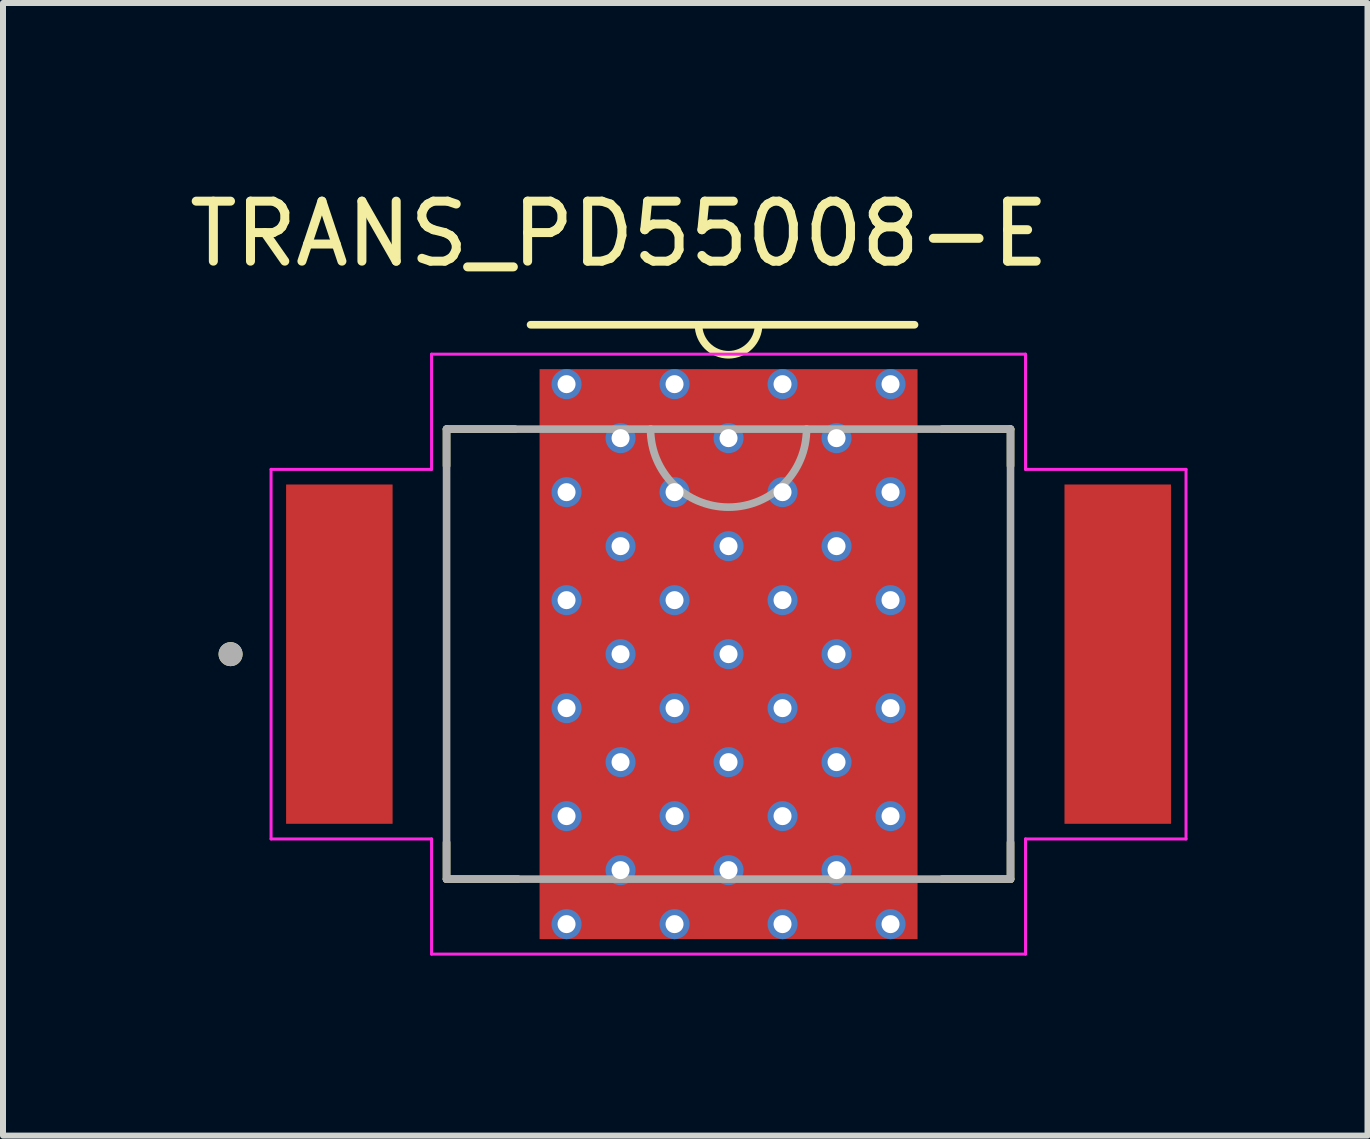
<source format=kicad_pcb>
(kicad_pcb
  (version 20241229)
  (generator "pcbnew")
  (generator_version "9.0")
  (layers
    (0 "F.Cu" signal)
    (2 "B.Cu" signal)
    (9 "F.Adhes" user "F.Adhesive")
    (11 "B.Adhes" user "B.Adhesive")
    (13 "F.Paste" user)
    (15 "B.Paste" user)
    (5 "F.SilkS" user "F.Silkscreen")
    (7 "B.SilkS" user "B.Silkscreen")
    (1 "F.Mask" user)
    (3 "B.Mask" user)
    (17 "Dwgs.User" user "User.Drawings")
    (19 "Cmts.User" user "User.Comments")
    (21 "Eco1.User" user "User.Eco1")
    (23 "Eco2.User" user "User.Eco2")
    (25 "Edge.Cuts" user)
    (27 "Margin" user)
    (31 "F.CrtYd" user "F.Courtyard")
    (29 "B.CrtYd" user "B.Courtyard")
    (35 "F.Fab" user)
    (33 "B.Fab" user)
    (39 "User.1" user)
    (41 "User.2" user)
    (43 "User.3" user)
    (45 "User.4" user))
  (footprint "TRANS_PD55008-E"
    (layer "F.Cu")
    (at 9.093 7.853)
    (property "Reference" "TRANS_PD55008-E" (at -1.825 -7.005 0) (layer "F.SilkS") (effects (font (size 1 1) (thickness 0.15))))
    (attr through_hole)
    (fp_line (start -4.7 -3.75) (end -4.7 -3.14) (stroke (width 0.127) (type solid)) (layer "F.SilkS"))
    (fp_line (start -4.7 3.14) (end -4.7 3.75) (stroke (width 0.127) (type solid)) (layer "F.SilkS"))
    (fp_line (start -3.56 -3.75) (end -4.7 -3.75) (stroke (width 0.127) (type solid)) (layer "F.SilkS"))
    (fp_line (start -3.51 3.75) (end -4.7 3.75) (stroke (width 0.127) (type solid)) (layer "F.SilkS"))
    (fp_line (start -3.3 -5.49) (end 3.1 -5.49) (stroke (width 0.127) (type solid)) (layer "F.SilkS"))
    (fp_line (start 4.7 -3.75) (end 3.56 -3.75) (stroke (width 0.127) (type solid)) (layer "F.SilkS"))
    (fp_line (start 4.7 -3.75) (end 4.7 -3.14) (stroke (width 0.127) (type solid)) (layer "F.SilkS"))
    (fp_line (start 4.7 3.14) (end 4.7 3.75) (stroke (width 0.127) (type solid)) (layer "F.SilkS"))
    (fp_line (start 4.7 3.75) (end 3.56 3.75) (stroke (width 0.127) (type solid)) (layer "F.SilkS"))
    (fp_arc (start 0.5 -5.49) (mid 0 -4.99) (end -0.5 -5.49) (stroke (width 0.127) (type solid)) (layer "F.SilkS"))
    (fp_circle (center -8.3 0) (end -8.2 0) (stroke (width 0.2) (type solid)) (fill no) (layer "F.SilkS"))
    (fp_line (start -7.625 -3.08) (end -4.95 -3.08) (stroke (width 0.05) (type solid)) (layer "F.CrtYd"))
    (fp_line (start -7.625 3.08) (end -7.625 -3.08) (stroke (width 0.05) (type solid)) (layer "F.CrtYd"))
    (fp_line (start -4.95 -5) (end 4.95 -5) (stroke (width 0.05) (type solid)) (layer "F.CrtYd"))
    (fp_line (start -4.95 -3.08) (end -4.95 -5) (stroke (width 0.05) (type solid)) (layer "F.CrtYd"))
    (fp_line (start -4.95 3.08) (end -7.625 3.08) (stroke (width 0.05) (type solid)) (layer "F.CrtYd"))
    (fp_line (start -4.95 5) (end -4.95 3.08) (stroke (width 0.05) (type solid)) (layer "F.CrtYd"))
    (fp_line (start 4.95 -5) (end 4.95 -3.08) (stroke (width 0.05) (type solid)) (layer "F.CrtYd"))
    (fp_line (start 4.95 -3.08) (end 7.625 -3.08) (stroke (width 0.05) (type solid)) (layer "F.CrtYd"))
    (fp_line (start 4.95 3.08) (end 4.95 5) (stroke (width 0.05) (type solid)) (layer "F.CrtYd"))
    (fp_line (start 4.95 5) (end -4.95 5) (stroke (width 0.05) (type solid)) (layer "F.CrtYd"))
    (fp_line (start 7.625 3.08) (end 4.95 3.08) (stroke (width 0.05) (type solid)) (layer "F.CrtYd"))
    (fp_line (start 7.625 3.08) (end 7.625 -3.08) (stroke (width 0.05) (type solid)) (layer "F.CrtYd"))
    (fp_line (start -4.7 -3.75) (end -1.3 -3.75) (stroke (width 0.127) (type solid)) (layer "F.Fab"))
    (fp_line (start -4.7 3.75) (end -4.7 -3.75) (stroke (width 0.127) (type solid)) (layer "F.Fab"))
    (fp_line (start -1.3 -3.75) (end 1.3 -3.75) (stroke (width 0.127) (type solid)) (layer "F.Fab"))
    (fp_line (start 1.3 -3.75) (end 4.7 -3.75) (stroke (width 0.127) (type solid)) (layer "F.Fab"))
    (fp_line (start 4.7 -3.75) (end 4.7 3.75) (stroke (width 0.127) (type solid)) (layer "F.Fab"))
    (fp_line (start 4.7 3.75) (end -4.7 3.75) (stroke (width 0.127) (type solid)) (layer "F.Fab"))
    (fp_arc (start 1.3 -3.75) (mid 0 -2.45) (end -1.3 -3.75) (stroke (width 0.127) (type solid)) (layer "F.Fab"))
    (fp_circle (center -8.3 0) (end -8.2 0) (stroke (width 0.2) (type solid)) (fill no) (layer "F.Fab"))
    (pad "1" smd rect (at -6.487 0 90) (size 5.655 1.775) (layers "F.Cu" "F.Mask" "F.Paste"))
    (pad "2" smd rect (at 6.487 0 90) (size 5.655 1.775) (layers "F.Cu" "F.Mask" "F.Paste"))
    (pad "3" thru_hole circle (at -2.7 -4.5) (size 0.5 0.5) (drill 0.3) (layers "*.Cu" "*.Mask"))
    (pad "3" thru_hole circle (at -2.7 -2.7) (size 0.5 0.5) (drill 0.3) (layers "*.Cu" "*.Mask"))
    (pad "3" thru_hole circle (at -2.7 -0.9) (size 0.5 0.5) (drill 0.3) (layers "*.Cu" "*.Mask"))
    (pad "3" thru_hole circle (at -2.7 0.9) (size 0.5 0.5) (drill 0.3) (layers "*.Cu" "*.Mask"))
    (pad "3" thru_hole circle (at -2.7 2.7) (size 0.5 0.5) (drill 0.3) (layers "*.Cu" "*.Mask"))
    (pad "3" thru_hole circle (at -2.7 4.5) (size 0.5 0.5) (drill 0.3) (layers "*.Cu" "*.Mask"))
    (pad "3" thru_hole circle (at -1.8 -3.6) (size 0.5 0.5) (drill 0.3) (layers "*.Cu" "*.Mask"))
    (pad "3" thru_hole circle (at -1.8 -1.8) (size 0.5 0.5) (drill 0.3) (layers "*.Cu" "*.Mask"))
    (pad "3" thru_hole circle (at -1.8 0) (size 0.5 0.5) (drill 0.3) (layers "*.Cu" "*.Mask"))
    (pad "3" thru_hole circle (at -1.8 1.8) (size 0.5 0.5) (drill 0.3) (layers "*.Cu" "*.Mask"))
    (pad "3" thru_hole circle (at -1.8 3.6) (size 0.5 0.5) (drill 0.3) (layers "*.Cu" "*.Mask"))
    (pad "3" thru_hole circle (at -0.9 -4.5) (size 0.5 0.5) (drill 0.3) (layers "*.Cu" "*.Mask"))
    (pad "3" thru_hole circle (at -0.9 -2.7) (size 0.5 0.5) (drill 0.3) (layers "*.Cu" "*.Mask"))
    (pad "3" thru_hole circle (at -0.9 -0.9) (size 0.5 0.5) (drill 0.3) (layers "*.Cu" "*.Mask"))
    (pad "3" thru_hole circle (at -0.9 0.9) (size 0.5 0.5) (drill 0.3) (layers "*.Cu" "*.Mask"))
    (pad "3" thru_hole circle (at -0.9 2.7) (size 0.5 0.5) (drill 0.3) (layers "*.Cu" "*.Mask"))
    (pad "3" thru_hole circle (at -0.9 4.5) (size 0.5 0.5) (drill 0.3) (layers "*.Cu" "*.Mask"))
    (pad "3" thru_hole circle (at 0 -3.6) (size 0.5 0.5) (drill 0.3) (layers "*.Cu" "*.Mask"))
    (pad "3" thru_hole circle (at 0 -1.8) (size 0.5 0.5) (drill 0.3) (layers "*.Cu" "*.Mask"))
    (pad "3" thru_hole circle (at 0 0) (size 0.5 0.5) (drill 0.3) (layers "*.Cu" "*.Mask"))
    (pad "3" smd rect (at 0 0 90) (size 9.5 6.3) (layers "F.Cu" "F.Mask"))
    (pad "3" thru_hole circle (at 0 1.8) (size 0.5 0.5) (drill 0.3) (layers "*.Cu" "*.Mask"))
    (pad "3" thru_hole circle (at 0 3.6) (size 0.5 0.5) (drill 0.3) (layers "*.Cu" "*.Mask"))
    (pad "3" thru_hole circle (at 0.9 -4.5) (size 0.5 0.5) (drill 0.3) (layers "*.Cu" "*.Mask"))
    (pad "3" thru_hole circle (at 0.9 -2.7) (size 0.5 0.5) (drill 0.3) (layers "*.Cu" "*.Mask"))
    (pad "3" thru_hole circle (at 0.9 -0.9) (size 0.5 0.5) (drill 0.3) (layers "*.Cu" "*.Mask"))
    (pad "3" thru_hole circle (at 0.9 0.9) (size 0.5 0.5) (drill 0.3) (layers "*.Cu" "*.Mask"))
    (pad "3" thru_hole circle (at 0.9 2.7) (size 0.5 0.5) (drill 0.3) (layers "*.Cu" "*.Mask"))
    (pad "3" thru_hole circle (at 0.9 4.5) (size 0.5 0.5) (drill 0.3) (layers "*.Cu" "*.Mask"))
    (pad "3" thru_hole circle (at 1.8 -3.6) (size 0.5 0.5) (drill 0.3) (layers "*.Cu" "*.Mask"))
    (pad "3" thru_hole circle (at 1.8 -1.8) (size 0.5 0.5) (drill 0.3) (layers "*.Cu" "*.Mask"))
    (pad "3" thru_hole circle (at 1.8 0) (size 0.5 0.5) (drill 0.3) (layers "*.Cu" "*.Mask"))
    (pad "3" thru_hole circle (at 1.8 1.8) (size 0.5 0.5) (drill 0.3) (layers "*.Cu" "*.Mask"))
    (pad "3" thru_hole circle (at 1.8 3.6) (size 0.5 0.5) (drill 0.3) (layers "*.Cu" "*.Mask"))
    (pad "3" thru_hole circle (at 2.7 -4.5) (size 0.5 0.5) (drill 0.3) (layers "*.Cu" "*.Mask"))
    (pad "3" thru_hole circle (at 2.7 -2.7) (size 0.5 0.5) (drill 0.3) (layers "*.Cu" "*.Mask"))
    (pad "3" thru_hole circle (at 2.7 -0.9) (size 0.5 0.5) (drill 0.3) (layers "*.Cu" "*.Mask"))
    (pad "3" thru_hole circle (at 2.7 0.9) (size 0.5 0.5) (drill 0.3) (layers "*.Cu" "*.Mask"))
    (pad "3" thru_hole circle (at 2.7 2.7) (size 0.5 0.5) (drill 0.3) (layers "*.Cu" "*.Mask"))
    (pad "3" thru_hole circle (at 2.7 4.5) (size 0.5 0.5) (drill 0.3) (layers "*.Cu" "*.Mask")))
  (gr_rect
    (start -3 -3)
    (end 19.743 15.878)
    (stroke (width 0.1) (type default))
    (fill no)
    (layer "Edge.Cuts")))
</source>
